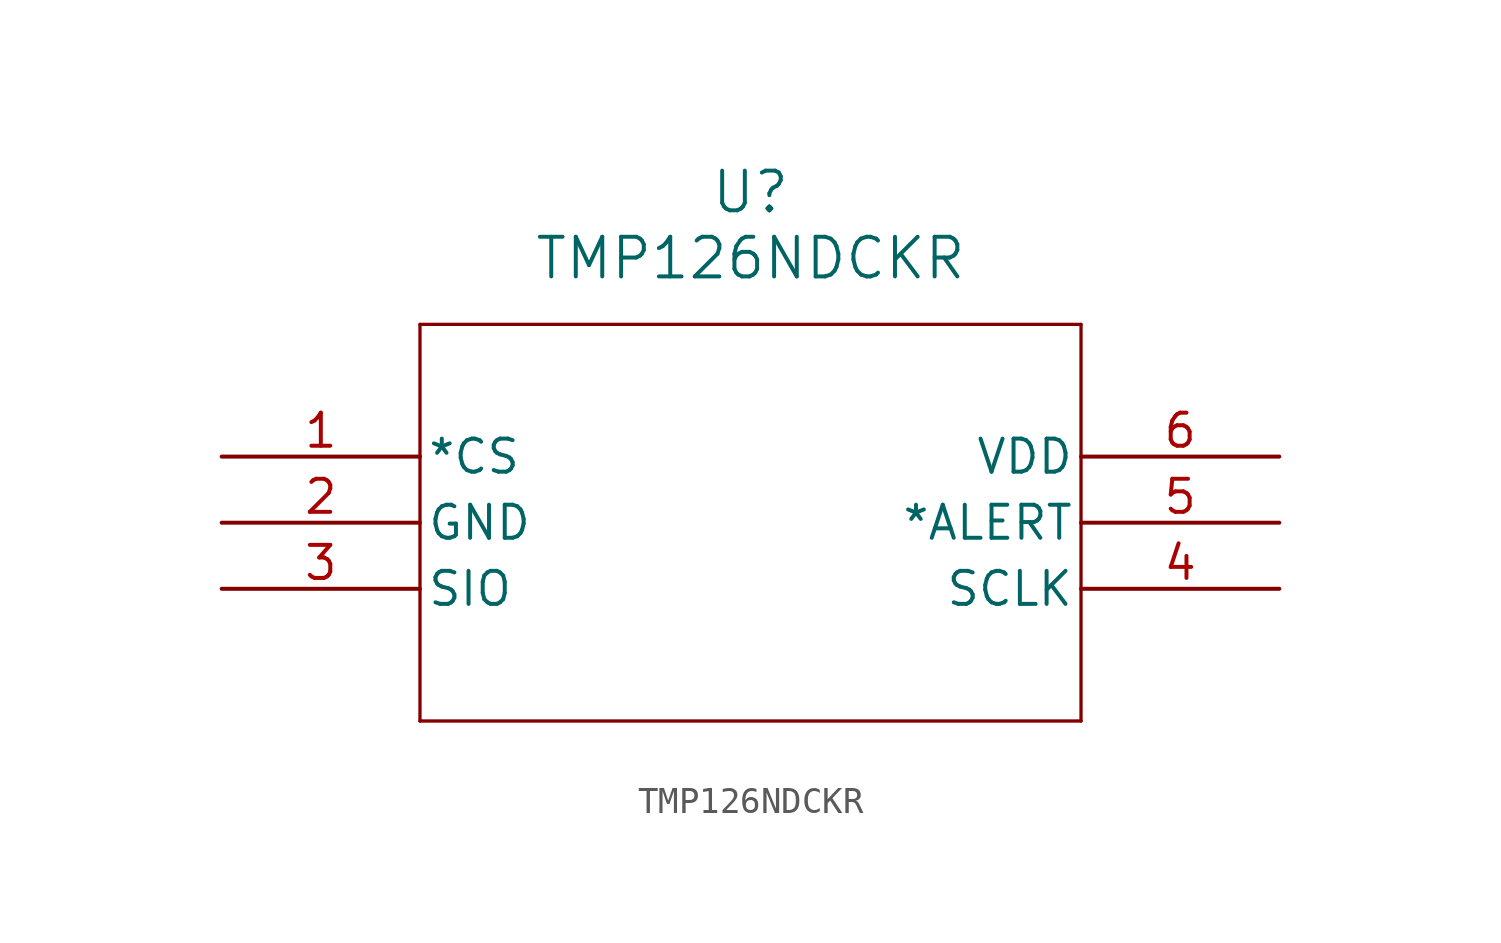
<source format=kicad_sym>
(kicad_symbol_lib
  (version 20211014)
  (generator kicad_symbol_editor)
  (symbol "TMP126NDCKR"
    (pin_names
      (offset 0.254))
    (property "Reference" "U"
      (at 20.32 10.16 0)
      (effects (font (size 1.524 1.524))))
    (property "Value" "TMP126NDCKR"
      (at 20.32 7.62 0)
      (effects (font (size 1.524 1.524))))
    (symbol "TMP126NDCKR_0_1"
      (polyline (pts (xy 7.62 5.08) (xy 7.62 -10.16)) (stroke (width 0.127) (type default) (color 0 0 0 0)) (fill (type none)))
      (polyline (pts (xy 7.62 -10.16) (xy 33.02 -10.16)) (stroke (width 0.127) (type default) (color 0 0 0 0)) (fill (type none)))
      (polyline (pts (xy 33.02 -10.16) (xy 33.02 5.08)) (stroke (width 0.127) (type default) (color 0 0 0 0)) (fill (type none)))
      (polyline (pts (xy 33.02 5.08) (xy 7.62 5.08)) (stroke (width 0.127) (type default) (color 0 0 0 0)) (fill (type none)))
      (pin input line (at 0 0 0) (length 7.62) (name "*CS" (effects (font (size 1.27 1.27)))) (number "1" (effects (font (size 1.27 1.27)))))
      (pin power_out line (at 0 -2.54 0) (length 7.62) (name "GND" (effects (font (size 1.27 1.27)))) (number "2" (effects (font (size 1.27 1.27)))))
      (pin bidirectional line (at 0 -5.08 0) (length 7.62) (name "SIO" (effects (font (size 1.27 1.27)))) (number "3" (effects (font (size 1.27 1.27)))))
      (pin input line (at 40.64 -5.08 180) (length 7.62) (name "SCLK" (effects (font (size 1.27 1.27)))) (number "4" (effects (font (size 1.27 1.27)))))
      (pin bidirectional line (at 40.64 -2.54 180) (length 7.62) (name "*ALERT" (effects (font (size 1.27 1.27)))) (number "5" (effects (font (size 1.27 1.27)))))
      (pin power_in line (at 40.64 0 180) (length 7.62) (name "VDD" (effects (font (size 1.27 1.27)))) (number "6" (effects (font (size 1.27 1.27))))))))
</source>
